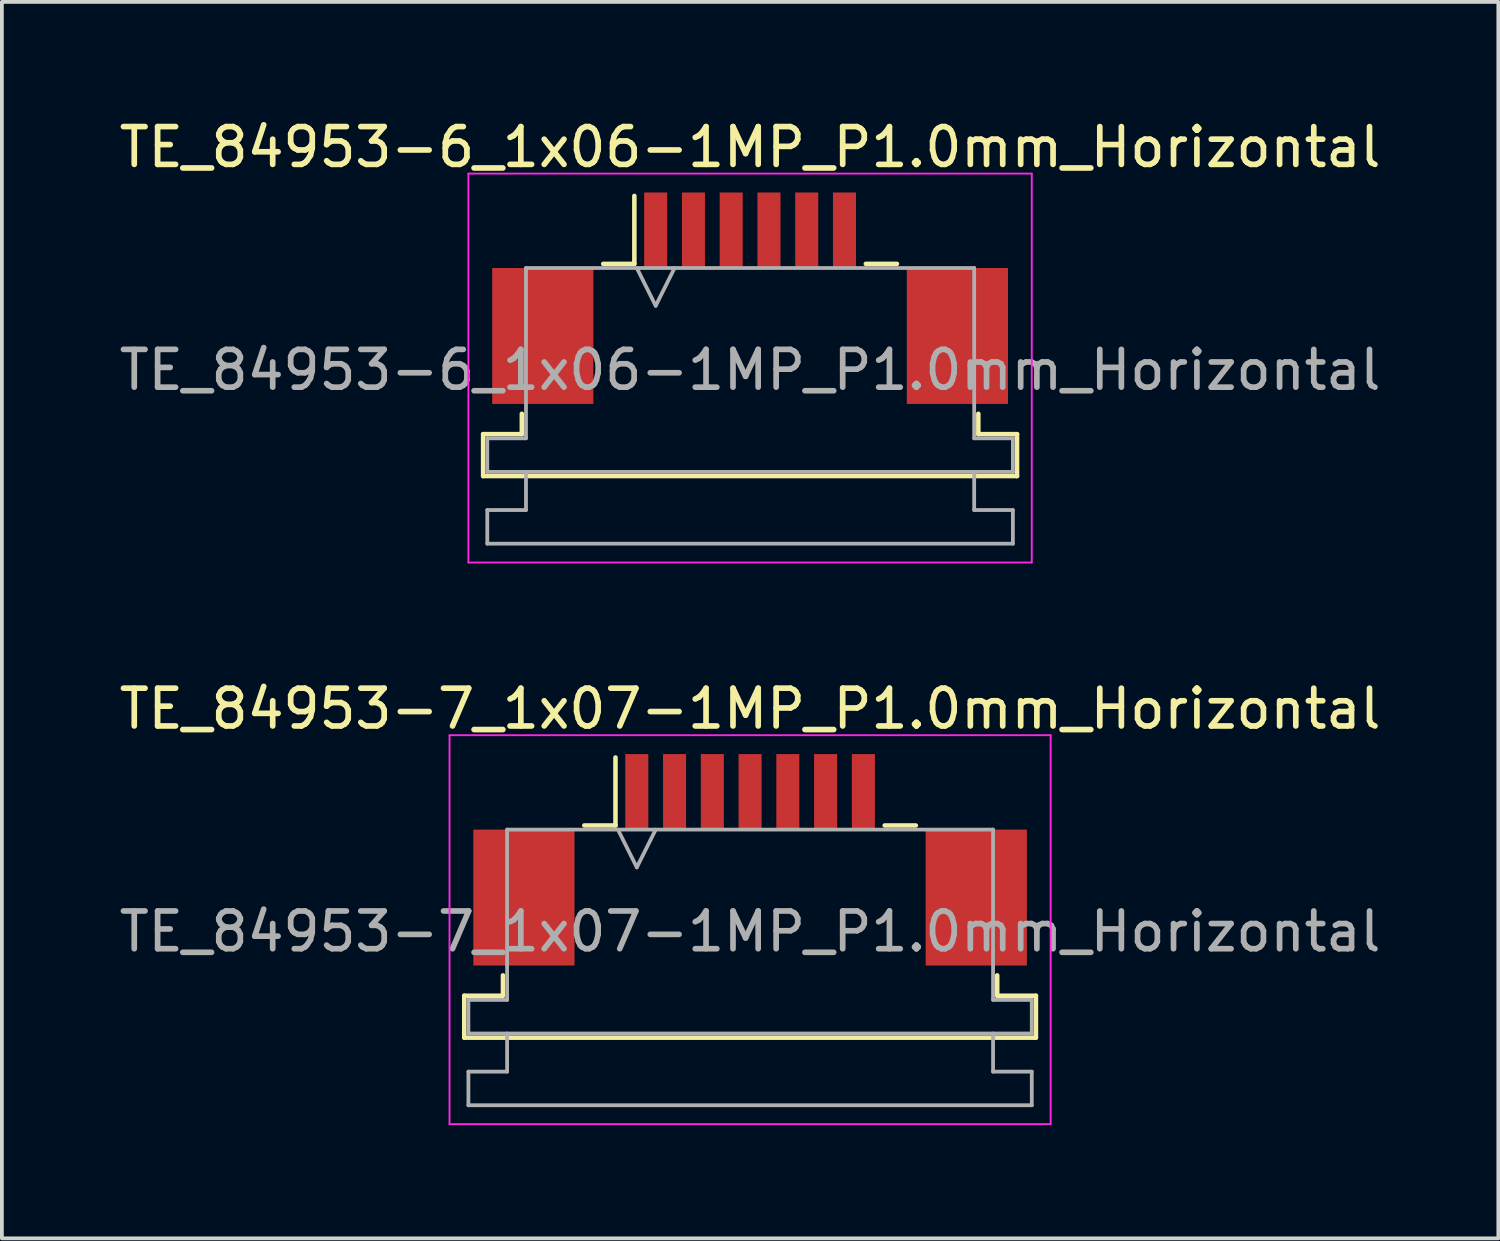
<source format=kicad_pcb>
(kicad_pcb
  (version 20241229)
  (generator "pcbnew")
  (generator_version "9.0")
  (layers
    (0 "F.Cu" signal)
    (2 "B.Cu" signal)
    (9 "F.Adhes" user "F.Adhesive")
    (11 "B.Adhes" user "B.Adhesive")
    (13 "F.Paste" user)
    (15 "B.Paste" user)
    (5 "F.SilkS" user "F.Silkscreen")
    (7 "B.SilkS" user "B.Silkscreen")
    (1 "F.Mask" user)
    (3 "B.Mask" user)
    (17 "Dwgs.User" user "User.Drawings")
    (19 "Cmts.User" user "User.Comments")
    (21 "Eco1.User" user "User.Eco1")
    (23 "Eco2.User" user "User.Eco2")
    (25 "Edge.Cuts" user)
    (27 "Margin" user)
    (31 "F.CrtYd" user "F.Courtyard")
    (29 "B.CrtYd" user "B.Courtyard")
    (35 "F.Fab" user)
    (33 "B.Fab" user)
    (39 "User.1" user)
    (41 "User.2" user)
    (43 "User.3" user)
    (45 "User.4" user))
  (footprint "TE_84953-7_1x07-1MP_P1.0mm_Horizontal"
    (layer "F.Cu")
    (at 16.815 19.721)
    (property "Reference" "TE_84953-7_1x07-1MP_P1.0mm_Horizontal" (at 0 -4 0) (layer "F.SilkS") (effects (font (size 1 1) (thickness 0.15))))
    (attr smd)
    (fp_line (start -7.57 3.6) (end -6.545 3.6) (stroke (width 0.12) (type solid)) (layer "F.SilkS"))
    (fp_line (start -7.57 4.71) (end -7.57 3.6) (stroke (width 0.12) (type solid)) (layer "F.SilkS"))
    (fp_line (start -6.545 3.6) (end -6.545 3.06) (stroke (width 0.12) (type solid)) (layer "F.SilkS"))
    (fp_line (start -4.39 -0.91) (end -3.565 -0.91) (stroke (width 0.12) (type solid)) (layer "F.SilkS"))
    (fp_line (start -3.565 -0.91) (end -3.565 -2.71) (stroke (width 0.12) (type solid)) (layer "F.SilkS"))
    (fp_line (start 3.565 -0.91) (end 4.39 -0.91) (stroke (width 0.12) (type solid)) (layer "F.SilkS"))
    (fp_line (start 6.545 3.06) (end 6.545 3.6) (stroke (width 0.12) (type solid)) (layer "F.SilkS"))
    (fp_line (start 6.545 3.6) (end 7.57 3.6) (stroke (width 0.12) (type solid)) (layer "F.SilkS"))
    (fp_line (start 7.57 3.6) (end 7.57 4.71) (stroke (width 0.12) (type solid)) (layer "F.SilkS"))
    (fp_line (start 7.57 4.71) (end -7.57 4.71) (stroke (width 0.12) (type solid)) (layer "F.SilkS"))
    (fp_line (start -7.96 -3.3) (end -7.96 7) (stroke (width 0.05) (type solid)) (layer "F.CrtYd"))
    (fp_line (start -7.96 7) (end 7.96 7) (stroke (width 0.05) (type solid)) (layer "F.CrtYd"))
    (fp_line (start 7.96 -3.3) (end -7.96 -3.3) (stroke (width 0.05) (type solid)) (layer "F.CrtYd"))
    (fp_line (start 7.96 7) (end 7.96 -3.3) (stroke (width 0.05) (type solid)) (layer "F.CrtYd"))
    (fp_line (start -7.46 3.71) (end -6.435 3.71) (stroke (width 0.1) (type solid)) (layer "F.Fab"))
    (fp_line (start -7.46 4.6) (end -7.46 3.71) (stroke (width 0.1) (type solid)) (layer "F.Fab"))
    (fp_line (start -7.46 5.61) (end -6.435 5.61) (stroke (width 0.1) (type solid)) (layer "F.Fab"))
    (fp_line (start -7.46 6.5) (end -7.46 5.61) (stroke (width 0.1) (type solid)) (layer "F.Fab"))
    (fp_line (start -6.435 -0.8) (end 6.435 -0.8) (stroke (width 0.1) (type solid)) (layer "F.Fab"))
    (fp_line (start -6.435 3.71) (end -6.435 -0.8) (stroke (width 0.1) (type solid)) (layer "F.Fab"))
    (fp_line (start -6.435 5.61) (end -6.435 4.6) (stroke (width 0.1) (type solid)) (layer "F.Fab"))
    (fp_line (start -3.5 -0.8) (end -3 0.2) (stroke (width 0.1) (type solid)) (layer "F.Fab"))
    (fp_line (start -3 0.2) (end -2.5 -0.8) (stroke (width 0.1) (type solid)) (layer "F.Fab"))
    (fp_line (start 6.435 -0.8) (end 6.435 3.71) (stroke (width 0.1) (type solid)) (layer "F.Fab"))
    (fp_line (start 6.435 3.71) (end 7.46 3.71) (stroke (width 0.1) (type solid)) (layer "F.Fab"))
    (fp_line (start 6.435 4.6) (end 6.435 5.61) (stroke (width 0.1) (type solid)) (layer "F.Fab"))
    (fp_line (start 6.435 5.61) (end 7.46 5.61) (stroke (width 0.1) (type solid)) (layer "F.Fab"))
    (fp_line (start 7.46 3.71) (end 7.46 4.6) (stroke (width 0.1) (type solid)) (layer "F.Fab"))
    (fp_line (start 7.46 4.6) (end -7.46 4.6) (stroke (width 0.1) (type solid)) (layer "F.Fab"))
    (fp_line (start 7.46 5.61) (end 7.46 6.5) (stroke (width 0.1) (type solid)) (layer "F.Fab"))
    (fp_line (start 7.46 6.5) (end -7.46 6.5) (stroke (width 0.1) (type solid)) (layer "F.Fab"))
    (fp_text user "${REFERENCE}" (at 0 1.9 0) (layer "F.Fab") (effects (font (size 1 1) (thickness 0.15))))
    (pad "1" smd rect (at -3 -1.8) (size 0.61 2) (layers "F.Cu" "F.Mask" "F.Paste"))
    (pad "2" smd rect (at -2 -1.8) (size 0.61 2) (layers "F.Cu" "F.Mask" "F.Paste"))
    (pad "3" smd rect (at -1 -1.8) (size 0.61 2) (layers "F.Cu" "F.Mask" "F.Paste"))
    (pad "4" smd rect (at 0 -1.8) (size 0.61 2) (layers "F.Cu" "F.Mask" "F.Paste"))
    (pad "5" smd rect (at 1 -1.8) (size 0.61 2) (layers "F.Cu" "F.Mask" "F.Paste"))
    (pad "6" smd rect (at 2 -1.8) (size 0.61 2) (layers "F.Cu" "F.Mask" "F.Paste"))
    (pad "7" smd rect (at 3 -1.8) (size 0.61 2) (layers "F.Cu" "F.Mask" "F.Paste"))
    (pad "MP" smd rect (at -5.99 1) (size 2.68 3.6) (layers "F.Cu" "F.Mask" "F.Paste"))
    (pad "MP" smd rect (at 5.99 1) (size 2.68 3.6) (layers "F.Cu" "F.Mask" "F.Paste")))
  (footprint "TE_84953-6_1x06-1MP_P1.0mm_Horizontal"
    (layer "F.Cu")
    (at 16.815 4.848)
    (property "Reference" "TE_84953-6_1x06-1MP_P1.0mm_Horizontal" (at 0 -4 0) (layer "F.SilkS") (effects (font (size 1 1) (thickness 0.15))))
    (attr smd)
    (fp_line (start -7.07 3.6) (end -6.045 3.6) (stroke (width 0.12) (type solid)) (layer "F.SilkS"))
    (fp_line (start -7.07 4.71) (end -7.07 3.6) (stroke (width 0.12) (type solid)) (layer "F.SilkS"))
    (fp_line (start -6.045 3.6) (end -6.045 3.06) (stroke (width 0.12) (type solid)) (layer "F.SilkS"))
    (fp_line (start -3.89 -0.91) (end -3.065 -0.91) (stroke (width 0.12) (type solid)) (layer "F.SilkS"))
    (fp_line (start -3.065 -0.91) (end -3.065 -2.71) (stroke (width 0.12) (type solid)) (layer "F.SilkS"))
    (fp_line (start 3.065 -0.91) (end 3.89 -0.91) (stroke (width 0.12) (type solid)) (layer "F.SilkS"))
    (fp_line (start 6.045 3.06) (end 6.045 3.6) (stroke (width 0.12) (type solid)) (layer "F.SilkS"))
    (fp_line (start 6.045 3.6) (end 7.07 3.6) (stroke (width 0.12) (type solid)) (layer "F.SilkS"))
    (fp_line (start 7.07 3.6) (end 7.07 4.71) (stroke (width 0.12) (type solid)) (layer "F.SilkS"))
    (fp_line (start 7.07 4.71) (end -7.07 4.71) (stroke (width 0.12) (type solid)) (layer "F.SilkS"))
    (fp_line (start -7.46 -3.3) (end -7.46 7) (stroke (width 0.05) (type solid)) (layer "F.CrtYd"))
    (fp_line (start -7.46 7) (end 7.46 7) (stroke (width 0.05) (type solid)) (layer "F.CrtYd"))
    (fp_line (start 7.46 -3.3) (end -7.46 -3.3) (stroke (width 0.05) (type solid)) (layer "F.CrtYd"))
    (fp_line (start 7.46 7) (end 7.46 -3.3) (stroke (width 0.05) (type solid)) (layer "F.CrtYd"))
    (fp_line (start -6.96 3.71) (end -5.935 3.71) (stroke (width 0.1) (type solid)) (layer "F.Fab"))
    (fp_line (start -6.96 4.6) (end -6.96 3.71) (stroke (width 0.1) (type solid)) (layer "F.Fab"))
    (fp_line (start -6.96 5.61) (end -5.935 5.61) (stroke (width 0.1) (type solid)) (layer "F.Fab"))
    (fp_line (start -6.96 6.5) (end -6.96 5.61) (stroke (width 0.1) (type solid)) (layer "F.Fab"))
    (fp_line (start -5.935 -0.8) (end 5.935 -0.8) (stroke (width 0.1) (type solid)) (layer "F.Fab"))
    (fp_line (start -5.935 3.71) (end -5.935 -0.8) (stroke (width 0.1) (type solid)) (layer "F.Fab"))
    (fp_line (start -5.935 5.61) (end -5.935 4.6) (stroke (width 0.1) (type solid)) (layer "F.Fab"))
    (fp_line (start -3 -0.8) (end -2.5 0.2) (stroke (width 0.1) (type solid)) (layer "F.Fab"))
    (fp_line (start -2.5 0.2) (end -2 -0.8) (stroke (width 0.1) (type solid)) (layer "F.Fab"))
    (fp_line (start 5.935 -0.8) (end 5.935 3.71) (stroke (width 0.1) (type solid)) (layer "F.Fab"))
    (fp_line (start 5.935 3.71) (end 6.96 3.71) (stroke (width 0.1) (type solid)) (layer "F.Fab"))
    (fp_line (start 5.935 4.6) (end 5.935 5.61) (stroke (width 0.1) (type solid)) (layer "F.Fab"))
    (fp_line (start 5.935 5.61) (end 6.96 5.61) (stroke (width 0.1) (type solid)) (layer "F.Fab"))
    (fp_line (start 6.96 3.71) (end 6.96 4.6) (stroke (width 0.1) (type solid)) (layer "F.Fab"))
    (fp_line (start 6.96 4.6) (end -6.96 4.6) (stroke (width 0.1) (type solid)) (layer "F.Fab"))
    (fp_line (start 6.96 5.61) (end 6.96 6.5) (stroke (width 0.1) (type solid)) (layer "F.Fab"))
    (fp_line (start 6.96 6.5) (end -6.96 6.5) (stroke (width 0.1) (type solid)) (layer "F.Fab"))
    (fp_text user "${REFERENCE}" (at 0 1.9 0) (layer "F.Fab") (effects (font (size 1 1) (thickness 0.15))))
    (pad "1" smd rect (at -2.5 -1.8) (size 0.61 2) (layers "F.Cu" "F.Mask" "F.Paste"))
    (pad "2" smd rect (at -1.5 -1.8) (size 0.61 2) (layers "F.Cu" "F.Mask" "F.Paste"))
    (pad "3" smd rect (at -0.5 -1.8) (size 0.61 2) (layers "F.Cu" "F.Mask" "F.Paste"))
    (pad "4" smd rect (at 0.5 -1.8) (size 0.61 2) (layers "F.Cu" "F.Mask" "F.Paste"))
    (pad "5" smd rect (at 1.5 -1.8) (size 0.61 2) (layers "F.Cu" "F.Mask" "F.Paste"))
    (pad "6" smd rect (at 2.5 -1.8) (size 0.61 2) (layers "F.Cu" "F.Mask" "F.Paste"))
    (pad "MP" smd rect (at -5.49 1) (size 2.68 3.6) (layers "F.Cu" "F.Mask" "F.Paste"))
    (pad "MP" smd rect (at 5.49 1) (size 2.68 3.6) (layers "F.Cu" "F.Mask" "F.Paste")))
  (gr_rect
    (start -3 -3)
    (end 36.631 29.747)
    (stroke (width 0.1) (type default))
    (fill no)
    (layer "Edge.Cuts")))
</source>
